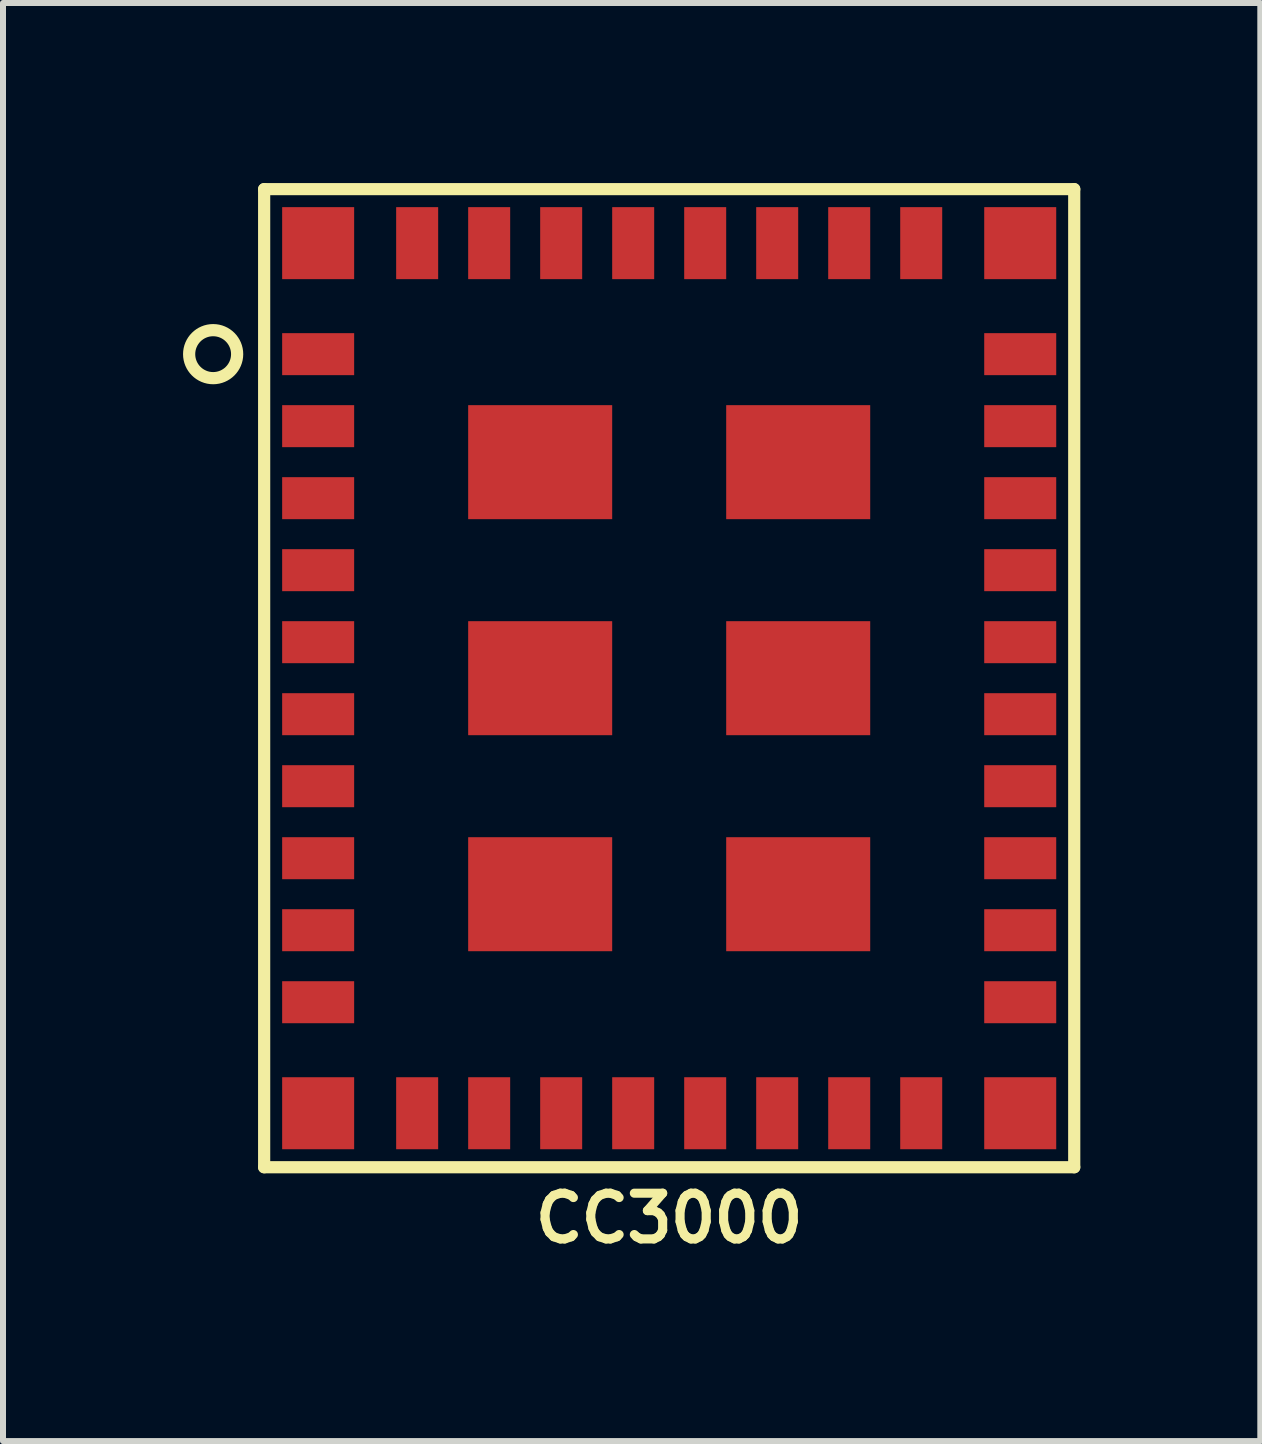
<source format=kicad_pcb>
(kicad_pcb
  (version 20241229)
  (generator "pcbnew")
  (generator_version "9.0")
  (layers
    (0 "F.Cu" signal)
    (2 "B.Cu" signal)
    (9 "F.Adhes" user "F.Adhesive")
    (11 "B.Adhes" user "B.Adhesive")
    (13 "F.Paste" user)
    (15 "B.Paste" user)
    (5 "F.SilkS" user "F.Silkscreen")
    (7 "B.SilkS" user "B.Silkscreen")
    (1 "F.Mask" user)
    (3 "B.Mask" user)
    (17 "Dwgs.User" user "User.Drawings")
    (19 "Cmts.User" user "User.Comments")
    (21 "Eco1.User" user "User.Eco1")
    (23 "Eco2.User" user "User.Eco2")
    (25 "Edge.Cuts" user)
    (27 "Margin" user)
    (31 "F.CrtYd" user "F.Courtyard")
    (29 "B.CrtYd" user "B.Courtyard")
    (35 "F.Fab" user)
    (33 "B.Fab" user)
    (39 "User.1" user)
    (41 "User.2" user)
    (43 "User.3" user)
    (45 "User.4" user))
  (footprint "CC3000"
    (layer "F.Cu")
    (at 8.102 8.252)
    (property "Reference" "CC3000" (at 0 9 0) (layer "F.SilkS") (effects (font (size 0.762 0.762) (thickness 0.152))))
    (attr smd)
    (fp_line (start -6.75 -8.15) (end 6.75 -8.15) (stroke (width 0.203) (type solid)) (layer "F.SilkS"))
    (fp_line (start -6.75 8.15) (end -6.75 -8.15) (stroke (width 0.203) (type solid)) (layer "F.SilkS"))
    (fp_line (start 6.75 -8.15) (end 6.75 8.15) (stroke (width 0.203) (type solid)) (layer "F.SilkS"))
    (fp_line (start 6.75 8.15) (end -6.75 8.15) (stroke (width 0.203) (type solid)) (layer "F.SilkS"))
    (fp_circle (center -7.6 -5.4) (end -7.2 -5.4) (stroke (width 0.203) (type solid)) (fill no) (layer "F.SilkS"))
    (pad "1" smd rect (at -5.85 -5.4) (size 1.2 0.7) (layers "F.Cu" "F.Mask" "F.Paste"))
    (pad "2" smd rect (at -5.85 -4.2) (size 1.2 0.7) (layers "F.Cu" "F.Mask" "F.Paste"))
    (pad "3" smd rect (at -5.85 -3) (size 1.2 0.7) (layers "F.Cu" "F.Mask" "F.Paste"))
    (pad "4" smd rect (at -5.85 -1.8) (size 1.2 0.7) (layers "F.Cu" "F.Mask" "F.Paste"))
    (pad "5" smd rect (at -5.85 -0.6) (size 1.2 0.7) (layers "F.Cu" "F.Mask" "F.Paste"))
    (pad "6" smd rect (at -5.85 0.6) (size 1.2 0.7) (layers "F.Cu" "F.Mask" "F.Paste"))
    (pad "7" smd rect (at -5.85 1.8) (size 1.2 0.7) (layers "F.Cu" "F.Mask" "F.Paste"))
    (pad "8" smd rect (at -5.85 3) (size 1.2 0.7) (layers "F.Cu" "F.Mask" "F.Paste"))
    (pad "9" smd rect (at -5.85 4.2) (size 1.2 0.7) (layers "F.Cu" "F.Mask" "F.Paste"))
    (pad "10" smd rect (at -5.85 5.4) (size 1.2 0.7) (layers "F.Cu" "F.Mask" "F.Paste"))
    (pad "11" smd rect (at -4.2 7.25 90) (size 1.2 0.7) (layers "F.Cu" "F.Mask" "F.Paste"))
    (pad "12" smd rect (at -3 7.25 90) (size 1.2 0.7) (layers "F.Cu" "F.Mask" "F.Paste"))
    (pad "13" smd rect (at -1.8 7.25 90) (size 1.2 0.7) (layers "F.Cu" "F.Mask" "F.Paste"))
    (pad "14" smd rect (at -0.6 7.25 90) (size 1.2 0.7) (layers "F.Cu" "F.Mask" "F.Paste"))
    (pad "15" smd rect (at 0.6 7.25 90) (size 1.2 0.7) (layers "F.Cu" "F.Mask" "F.Paste"))
    (pad "16" smd rect (at 1.8 7.25 90) (size 1.2 0.7) (layers "F.Cu" "F.Mask" "F.Paste"))
    (pad "17" smd rect (at 3 7.25 90) (size 1.2 0.7) (layers "F.Cu" "F.Mask" "F.Paste"))
    (pad "18" smd rect (at 4.2 7.25 90) (size 1.2 0.7) (layers "F.Cu" "F.Mask" "F.Paste"))
    (pad "19" smd rect (at 5.85 5.4) (size 1.2 0.7) (layers "F.Cu" "F.Mask" "F.Paste"))
    (pad "20" smd rect (at 5.85 4.2) (size 1.2 0.7) (layers "F.Cu" "F.Mask" "F.Paste"))
    (pad "21" smd rect (at 5.85 3) (size 1.2 0.7) (layers "F.Cu" "F.Mask" "F.Paste"))
    (pad "22" smd rect (at 5.85 1.8) (size 1.2 0.7) (layers "F.Cu" "F.Mask" "F.Paste"))
    (pad "23" smd rect (at 5.85 0.6) (size 1.2 0.7) (layers "F.Cu" "F.Mask" "F.Paste"))
    (pad "24" smd rect (at 5.85 -0.6) (size 1.2 0.7) (layers "F.Cu" "F.Mask" "F.Paste"))
    (pad "25" smd rect (at 5.85 -1.8) (size 1.2 0.7) (layers "F.Cu" "F.Mask" "F.Paste"))
    (pad "26" smd rect (at 5.85 -3) (size 1.2 0.7) (layers "F.Cu" "F.Mask" "F.Paste"))
    (pad "27" smd rect (at 5.85 -4.2) (size 1.2 0.7) (layers "F.Cu" "F.Mask" "F.Paste"))
    (pad "28" smd rect (at 5.85 -5.4) (size 1.2 0.7) (layers "F.Cu" "F.Mask" "F.Paste"))
    (pad "29" smd rect (at 4.2 -7.25 90) (size 1.2 0.7) (layers "F.Cu" "F.Mask" "F.Paste"))
    (pad "30" smd rect (at 3 -7.25 90) (size 1.2 0.7) (layers "F.Cu" "F.Mask" "F.Paste"))
    (pad "31" smd rect (at 1.8 -7.25 90) (size 1.2 0.7) (layers "F.Cu" "F.Mask" "F.Paste"))
    (pad "32" smd rect (at 0.6 -7.25 90) (size 1.2 0.7) (layers "F.Cu" "F.Mask" "F.Paste"))
    (pad "33" smd rect (at -0.6 -7.25 90) (size 1.2 0.7) (layers "F.Cu" "F.Mask" "F.Paste"))
    (pad "34" smd rect (at -1.8 -7.25 90) (size 1.2 0.7) (layers "F.Cu" "F.Mask" "F.Paste"))
    (pad "35" smd rect (at -3 -7.25 90) (size 1.2 0.7) (layers "F.Cu" "F.Mask" "F.Paste"))
    (pad "36" smd rect (at -4.2 -7.25 90) (size 1.2 0.7) (layers "F.Cu" "F.Mask" "F.Paste"))
    (pad "37" smd rect (at -2.15 -3.6) (size 2.4 1.9) (layers "F.Cu" "F.Mask" "F.Paste"))
    (pad "38" smd rect (at -2.15 0) (size 2.4 1.9) (layers "F.Cu" "F.Mask" "F.Paste"))
    (pad "39" smd rect (at -2.15 3.6) (size 2.4 1.9) (layers "F.Cu" "F.Mask" "F.Paste"))
    (pad "40" smd rect (at 2.15 -3.6) (size 2.4 1.9) (layers "F.Cu" "F.Mask" "F.Paste"))
    (pad "41" smd rect (at 2.15 0) (size 2.4 1.9) (layers "F.Cu" "F.Mask" "F.Paste"))
    (pad "42" smd rect (at 2.15 3.6) (size 2.4 1.9) (layers "F.Cu" "F.Mask" "F.Paste"))
    (pad "44" smd rect (at -5.85 7.25) (size 1.2 1.2) (layers "F.Cu" "F.Mask" "F.Paste"))
    (pad "45" smd rect (at 5.85 7.25) (size 1.2 1.2) (layers "F.Cu" "F.Mask" "F.Paste"))
    (pad "46" smd rect (at 5.85 -7.25) (size 1.2 1.2) (layers "F.Cu" "F.Mask" "F.Paste"))
    (pad "47" smd rect (at -5.85 -7.25) (size 1.2 1.2) (layers "F.Cu" "F.Mask" "F.Paste")))
  (gr_rect
    (start -3 -3)
    (end 17.953 20.965)
    (stroke (width 0.1) (type default))
    (fill no)
    (layer "Edge.Cuts")))
</source>
